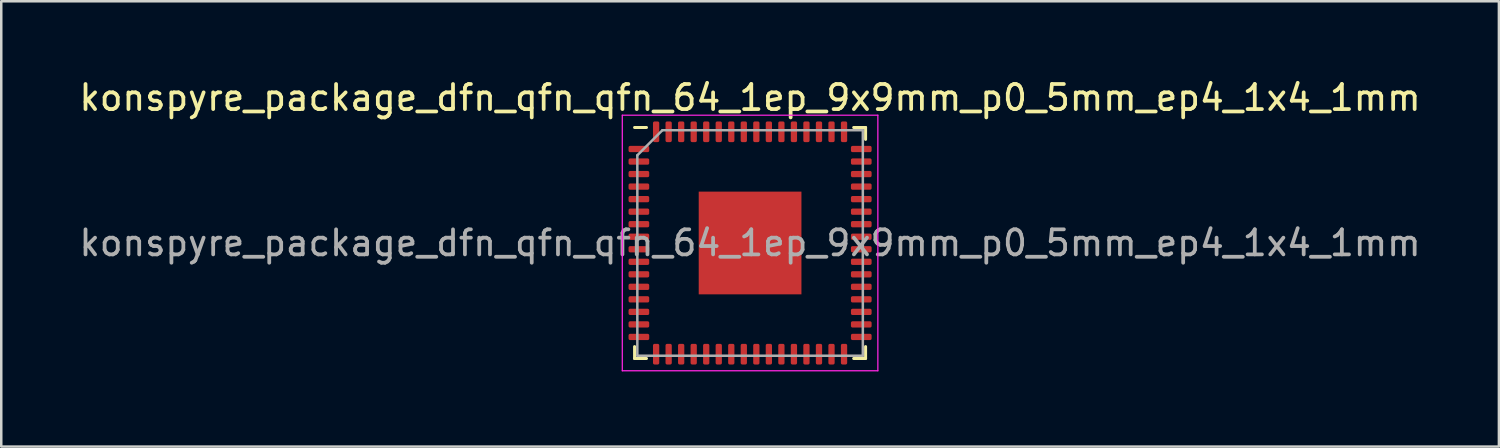
<source format=kicad_pcb>
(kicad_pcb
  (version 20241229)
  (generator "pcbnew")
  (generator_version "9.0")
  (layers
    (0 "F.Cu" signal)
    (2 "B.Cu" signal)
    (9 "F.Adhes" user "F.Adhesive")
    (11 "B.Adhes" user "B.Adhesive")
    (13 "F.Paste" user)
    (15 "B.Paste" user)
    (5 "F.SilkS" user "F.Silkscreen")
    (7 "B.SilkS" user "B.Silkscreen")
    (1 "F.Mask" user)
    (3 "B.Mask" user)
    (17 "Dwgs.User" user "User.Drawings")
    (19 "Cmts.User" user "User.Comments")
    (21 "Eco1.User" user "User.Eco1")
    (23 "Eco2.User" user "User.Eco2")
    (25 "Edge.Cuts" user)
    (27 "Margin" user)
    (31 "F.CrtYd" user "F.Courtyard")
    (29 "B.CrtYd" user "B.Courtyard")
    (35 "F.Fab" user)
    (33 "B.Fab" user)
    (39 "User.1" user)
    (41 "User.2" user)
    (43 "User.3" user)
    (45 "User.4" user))
  (footprint "konspyre_package_dfn_qfn_qfn_64_1ep_9x9mm_p0_5mm_ep4_1x4_1mm"
    (layer "F.Cu")
    (at 26.887 6.648)
    (property "Reference" "konspyre_package_dfn_qfn_qfn_64_1ep_9x9mm_p0_5mm_ep4_1x4_1mm" (at 0 -5.8 0) (layer "F.SilkS") (effects (font (size 1 1) (thickness 0.15))))
    (attr smd)
    (fp_line (start -4.61 4.61) (end -4.61 4.135) (stroke (width 0.12) (type solid)) (layer "F.SilkS"))
    (fp_line (start -4.135 -4.61) (end -4.61 -4.61) (stroke (width 0.12) (type solid)) (layer "F.SilkS"))
    (fp_line (start -4.135 4.61) (end -4.61 4.61) (stroke (width 0.12) (type solid)) (layer "F.SilkS"))
    (fp_line (start 4.135 -4.61) (end 4.61 -4.61) (stroke (width 0.12) (type solid)) (layer "F.SilkS"))
    (fp_line (start 4.135 4.61) (end 4.61 4.61) (stroke (width 0.12) (type solid)) (layer "F.SilkS"))
    (fp_line (start 4.61 -4.61) (end 4.61 -4.135) (stroke (width 0.12) (type solid)) (layer "F.SilkS"))
    (fp_line (start 4.61 4.61) (end 4.61 4.135) (stroke (width 0.12) (type solid)) (layer "F.SilkS"))
    (fp_line (start -5.1 -5.1) (end -5.1 5.1) (stroke (width 0.05) (type solid)) (layer "F.CrtYd"))
    (fp_line (start -5.1 5.1) (end 5.1 5.1) (stroke (width 0.05) (type solid)) (layer "F.CrtYd"))
    (fp_line (start 5.1 -5.1) (end -5.1 -5.1) (stroke (width 0.05) (type solid)) (layer "F.CrtYd"))
    (fp_line (start 5.1 5.1) (end 5.1 -5.1) (stroke (width 0.05) (type solid)) (layer "F.CrtYd"))
    (fp_line (start -4.5 -3.5) (end -3.5 -4.5) (stroke (width 0.1) (type solid)) (layer "F.Fab"))
    (fp_line (start -4.5 4.5) (end -4.5 -3.5) (stroke (width 0.1) (type solid)) (layer "F.Fab"))
    (fp_line (start -3.5 -4.5) (end 4.5 -4.5) (stroke (width 0.1) (type solid)) (layer "F.Fab"))
    (fp_line (start 4.5 -4.5) (end 4.5 4.5) (stroke (width 0.1) (type solid)) (layer "F.Fab"))
    (fp_line (start 4.5 4.5) (end -4.5 4.5) (stroke (width 0.1) (type solid)) (layer "F.Fab"))
    (fp_text user "${REFERENCE}" (at 0 0 0) (layer "F.Fab") (effects (font (size 1 1) (thickness 0.15))))
    (pad "" smd roundrect (at -1.37 -1.37) (size 1.1 1.1) (layers "F.Paste") (roundrect_rratio 0.227))
    (pad "" smd roundrect (at -1.37 0) (size 1.1 1.1) (layers "F.Paste") (roundrect_rratio 0.227))
    (pad "" smd roundrect (at -1.37 1.37) (size 1.1 1.1) (layers "F.Paste") (roundrect_rratio 0.227))
    (pad "" smd roundrect (at 0 -1.37) (size 1.1 1.1) (layers "F.Paste") (roundrect_rratio 0.227))
    (pad "" smd roundrect (at 0 0) (size 1.1 1.1) (layers "F.Paste") (roundrect_rratio 0.227))
    (pad "" smd roundrect (at 0 1.37) (size 1.1 1.1) (layers "F.Paste") (roundrect_rratio 0.227))
    (pad "" smd roundrect (at 1.37 -1.37) (size 1.1 1.1) (layers "F.Paste") (roundrect_rratio 0.227))
    (pad "" smd roundrect (at 1.37 0) (size 1.1 1.1) (layers "F.Paste") (roundrect_rratio 0.227))
    (pad "" smd roundrect (at 1.37 1.37) (size 1.1 1.1) (layers "F.Paste") (roundrect_rratio 0.227))
    (pad "1" smd roundrect (at -4.438 -3.75) (size 0.825 0.25) (layers "F.Cu" "F.Mask" "F.Paste") (roundrect_rratio 0.25))
    (pad "2" smd roundrect (at -4.438 -3.25) (size 0.825 0.25) (layers "F.Cu" "F.Mask" "F.Paste") (roundrect_rratio 0.25))
    (pad "3" smd roundrect (at -4.438 -2.75) (size 0.825 0.25) (layers "F.Cu" "F.Mask" "F.Paste") (roundrect_rratio 0.25))
    (pad "4" smd roundrect (at -4.438 -2.25) (size 0.825 0.25) (layers "F.Cu" "F.Mask" "F.Paste") (roundrect_rratio 0.25))
    (pad "5" smd roundrect (at -4.438 -1.75) (size 0.825 0.25) (layers "F.Cu" "F.Mask" "F.Paste") (roundrect_rratio 0.25))
    (pad "6" smd roundrect (at -4.438 -1.25) (size 0.825 0.25) (layers "F.Cu" "F.Mask" "F.Paste") (roundrect_rratio 0.25))
    (pad "7" smd roundrect (at -4.438 -0.75) (size 0.825 0.25) (layers "F.Cu" "F.Mask" "F.Paste") (roundrect_rratio 0.25))
    (pad "8" smd roundrect (at -4.438 -0.25) (size 0.825 0.25) (layers "F.Cu" "F.Mask" "F.Paste") (roundrect_rratio 0.25))
    (pad "9" smd roundrect (at -4.438 0.25) (size 0.825 0.25) (layers "F.Cu" "F.Mask" "F.Paste") (roundrect_rratio 0.25))
    (pad "10" smd roundrect (at -4.438 0.75) (size 0.825 0.25) (layers "F.Cu" "F.Mask" "F.Paste") (roundrect_rratio 0.25))
    (pad "11" smd roundrect (at -4.438 1.25) (size 0.825 0.25) (layers "F.Cu" "F.Mask" "F.Paste") (roundrect_rratio 0.25))
    (pad "12" smd roundrect (at -4.438 1.75) (size 0.825 0.25) (layers "F.Cu" "F.Mask" "F.Paste") (roundrect_rratio 0.25))
    (pad "13" smd roundrect (at -4.438 2.25) (size 0.825 0.25) (layers "F.Cu" "F.Mask" "F.Paste") (roundrect_rratio 0.25))
    (pad "14" smd roundrect (at -4.438 2.75) (size 0.825 0.25) (layers "F.Cu" "F.Mask" "F.Paste") (roundrect_rratio 0.25))
    (pad "15" smd roundrect (at -4.438 3.25) (size 0.825 0.25) (layers "F.Cu" "F.Mask" "F.Paste") (roundrect_rratio 0.25))
    (pad "16" smd roundrect (at -4.438 3.75) (size 0.825 0.25) (layers "F.Cu" "F.Mask" "F.Paste") (roundrect_rratio 0.25))
    (pad "17" smd roundrect (at -3.75 4.438) (size 0.25 0.825) (layers "F.Cu" "F.Mask" "F.Paste") (roundrect_rratio 0.25))
    (pad "18" smd roundrect (at -3.25 4.438) (size 0.25 0.825) (layers "F.Cu" "F.Mask" "F.Paste") (roundrect_rratio 0.25))
    (pad "19" smd roundrect (at -2.75 4.438) (size 0.25 0.825) (layers "F.Cu" "F.Mask" "F.Paste") (roundrect_rratio 0.25))
    (pad "20" smd roundrect (at -2.25 4.438) (size 0.25 0.825) (layers "F.Cu" "F.Mask" "F.Paste") (roundrect_rratio 0.25))
    (pad "21" smd roundrect (at -1.75 4.438) (size 0.25 0.825) (layers "F.Cu" "F.Mask" "F.Paste") (roundrect_rratio 0.25))
    (pad "22" smd roundrect (at -1.25 4.438) (size 0.25 0.825) (layers "F.Cu" "F.Mask" "F.Paste") (roundrect_rratio 0.25))
    (pad "23" smd roundrect (at -0.75 4.438) (size 0.25 0.825) (layers "F.Cu" "F.Mask" "F.Paste") (roundrect_rratio 0.25))
    (pad "24" smd roundrect (at -0.25 4.438) (size 0.25 0.825) (layers "F.Cu" "F.Mask" "F.Paste") (roundrect_rratio 0.25))
    (pad "25" smd roundrect (at 0.25 4.438) (size 0.25 0.825) (layers "F.Cu" "F.Mask" "F.Paste") (roundrect_rratio 0.25))
    (pad "26" smd roundrect (at 0.75 4.438) (size 0.25 0.825) (layers "F.Cu" "F.Mask" "F.Paste") (roundrect_rratio 0.25))
    (pad "27" smd roundrect (at 1.25 4.438) (size 0.25 0.825) (layers "F.Cu" "F.Mask" "F.Paste") (roundrect_rratio 0.25))
    (pad "28" smd roundrect (at 1.75 4.438) (size 0.25 0.825) (layers "F.Cu" "F.Mask" "F.Paste") (roundrect_rratio 0.25))
    (pad "29" smd roundrect (at 2.25 4.438) (size 0.25 0.825) (layers "F.Cu" "F.Mask" "F.Paste") (roundrect_rratio 0.25))
    (pad "30" smd roundrect (at 2.75 4.438) (size 0.25 0.825) (layers "F.Cu" "F.Mask" "F.Paste") (roundrect_rratio 0.25))
    (pad "31" smd roundrect (at 3.25 4.438) (size 0.25 0.825) (layers "F.Cu" "F.Mask" "F.Paste") (roundrect_rratio 0.25))
    (pad "32" smd roundrect (at 3.75 4.438) (size 0.25 0.825) (layers "F.Cu" "F.Mask" "F.Paste") (roundrect_rratio 0.25))
    (pad "33" smd roundrect (at 4.438 3.75) (size 0.825 0.25) (layers "F.Cu" "F.Mask" "F.Paste") (roundrect_rratio 0.25))
    (pad "34" smd roundrect (at 4.438 3.25) (size 0.825 0.25) (layers "F.Cu" "F.Mask" "F.Paste") (roundrect_rratio 0.25))
    (pad "35" smd roundrect (at 4.438 2.75) (size 0.825 0.25) (layers "F.Cu" "F.Mask" "F.Paste") (roundrect_rratio 0.25))
    (pad "36" smd roundrect (at 4.438 2.25) (size 0.825 0.25) (layers "F.Cu" "F.Mask" "F.Paste") (roundrect_rratio 0.25))
    (pad "37" smd roundrect (at 4.438 1.75) (size 0.825 0.25) (layers "F.Cu" "F.Mask" "F.Paste") (roundrect_rratio 0.25))
    (pad "38" smd roundrect (at 4.438 1.25) (size 0.825 0.25) (layers "F.Cu" "F.Mask" "F.Paste") (roundrect_rratio 0.25))
    (pad "39" smd roundrect (at 4.438 0.75) (size 0.825 0.25) (layers "F.Cu" "F.Mask" "F.Paste") (roundrect_rratio 0.25))
    (pad "40" smd roundrect (at 4.438 0.25) (size 0.825 0.25) (layers "F.Cu" "F.Mask" "F.Paste") (roundrect_rratio 0.25))
    (pad "41" smd roundrect (at 4.438 -0.25) (size 0.825 0.25) (layers "F.Cu" "F.Mask" "F.Paste") (roundrect_rratio 0.25))
    (pad "42" smd roundrect (at 4.438 -0.75) (size 0.825 0.25) (layers "F.Cu" "F.Mask" "F.Paste") (roundrect_rratio 0.25))
    (pad "43" smd roundrect (at 4.438 -1.25) (size 0.825 0.25) (layers "F.Cu" "F.Mask" "F.Paste") (roundrect_rratio 0.25))
    (pad "44" smd roundrect (at 4.438 -1.75) (size 0.825 0.25) (layers "F.Cu" "F.Mask" "F.Paste") (roundrect_rratio 0.25))
    (pad "45" smd roundrect (at 4.438 -2.25) (size 0.825 0.25) (layers "F.Cu" "F.Mask" "F.Paste") (roundrect_rratio 0.25))
    (pad "46" smd roundrect (at 4.438 -2.75) (size 0.825 0.25) (layers "F.Cu" "F.Mask" "F.Paste") (roundrect_rratio 0.25))
    (pad "47" smd roundrect (at 4.438 -3.25) (size 0.825 0.25) (layers "F.Cu" "F.Mask" "F.Paste") (roundrect_rratio 0.25))
    (pad "48" smd roundrect (at 4.438 -3.75) (size 0.825 0.25) (layers "F.Cu" "F.Mask" "F.Paste") (roundrect_rratio 0.25))
    (pad "49" smd roundrect (at 3.75 -4.438) (size 0.25 0.825) (layers "F.Cu" "F.Mask" "F.Paste") (roundrect_rratio 0.25))
    (pad "50" smd roundrect (at 3.25 -4.438) (size 0.25 0.825) (layers "F.Cu" "F.Mask" "F.Paste") (roundrect_rratio 0.25))
    (pad "51" smd roundrect (at 2.75 -4.438) (size 0.25 0.825) (layers "F.Cu" "F.Mask" "F.Paste") (roundrect_rratio 0.25))
    (pad "52" smd roundrect (at 2.25 -4.438) (size 0.25 0.825) (layers "F.Cu" "F.Mask" "F.Paste") (roundrect_rratio 0.25))
    (pad "53" smd roundrect (at 1.75 -4.438) (size 0.25 0.825) (layers "F.Cu" "F.Mask" "F.Paste") (roundrect_rratio 0.25))
    (pad "54" smd roundrect (at 1.25 -4.438) (size 0.25 0.825) (layers "F.Cu" "F.Mask" "F.Paste") (roundrect_rratio 0.25))
    (pad "55" smd roundrect (at 0.75 -4.438) (size 0.25 0.825) (layers "F.Cu" "F.Mask" "F.Paste") (roundrect_rratio 0.25))
    (pad "56" smd roundrect (at 0.25 -4.438) (size 0.25 0.825) (layers "F.Cu" "F.Mask" "F.Paste") (roundrect_rratio 0.25))
    (pad "57" smd roundrect (at -0.25 -4.438) (size 0.25 0.825) (layers "F.Cu" "F.Mask" "F.Paste") (roundrect_rratio 0.25))
    (pad "58" smd roundrect (at -0.75 -4.438) (size 0.25 0.825) (layers "F.Cu" "F.Mask" "F.Paste") (roundrect_rratio 0.25))
    (pad "59" smd roundrect (at -1.25 -4.438) (size 0.25 0.825) (layers "F.Cu" "F.Mask" "F.Paste") (roundrect_rratio 0.25))
    (pad "60" smd roundrect (at -1.75 -4.438) (size 0.25 0.825) (layers "F.Cu" "F.Mask" "F.Paste") (roundrect_rratio 0.25))
    (pad "61" smd roundrect (at -2.25 -4.438) (size 0.25 0.825) (layers "F.Cu" "F.Mask" "F.Paste") (roundrect_rratio 0.25))
    (pad "62" smd roundrect (at -2.75 -4.438) (size 0.25 0.825) (layers "F.Cu" "F.Mask" "F.Paste") (roundrect_rratio 0.25))
    (pad "63" smd roundrect (at -3.25 -4.438) (size 0.25 0.825) (layers "F.Cu" "F.Mask" "F.Paste") (roundrect_rratio 0.25))
    (pad "64" smd roundrect (at -3.75 -4.438) (size 0.25 0.825) (layers "F.Cu" "F.Mask" "F.Paste") (roundrect_rratio 0.25))
    (pad "65" smd rect (at 0 0) (size 4.1 4.1) (layers "F.Cu" "F.Mask")))
  (gr_rect
    (start -3 -3)
    (end 56.774 14.773)
    (stroke (width 0.1) (type default))
    (fill no)
    (layer "Edge.Cuts")))
</source>
